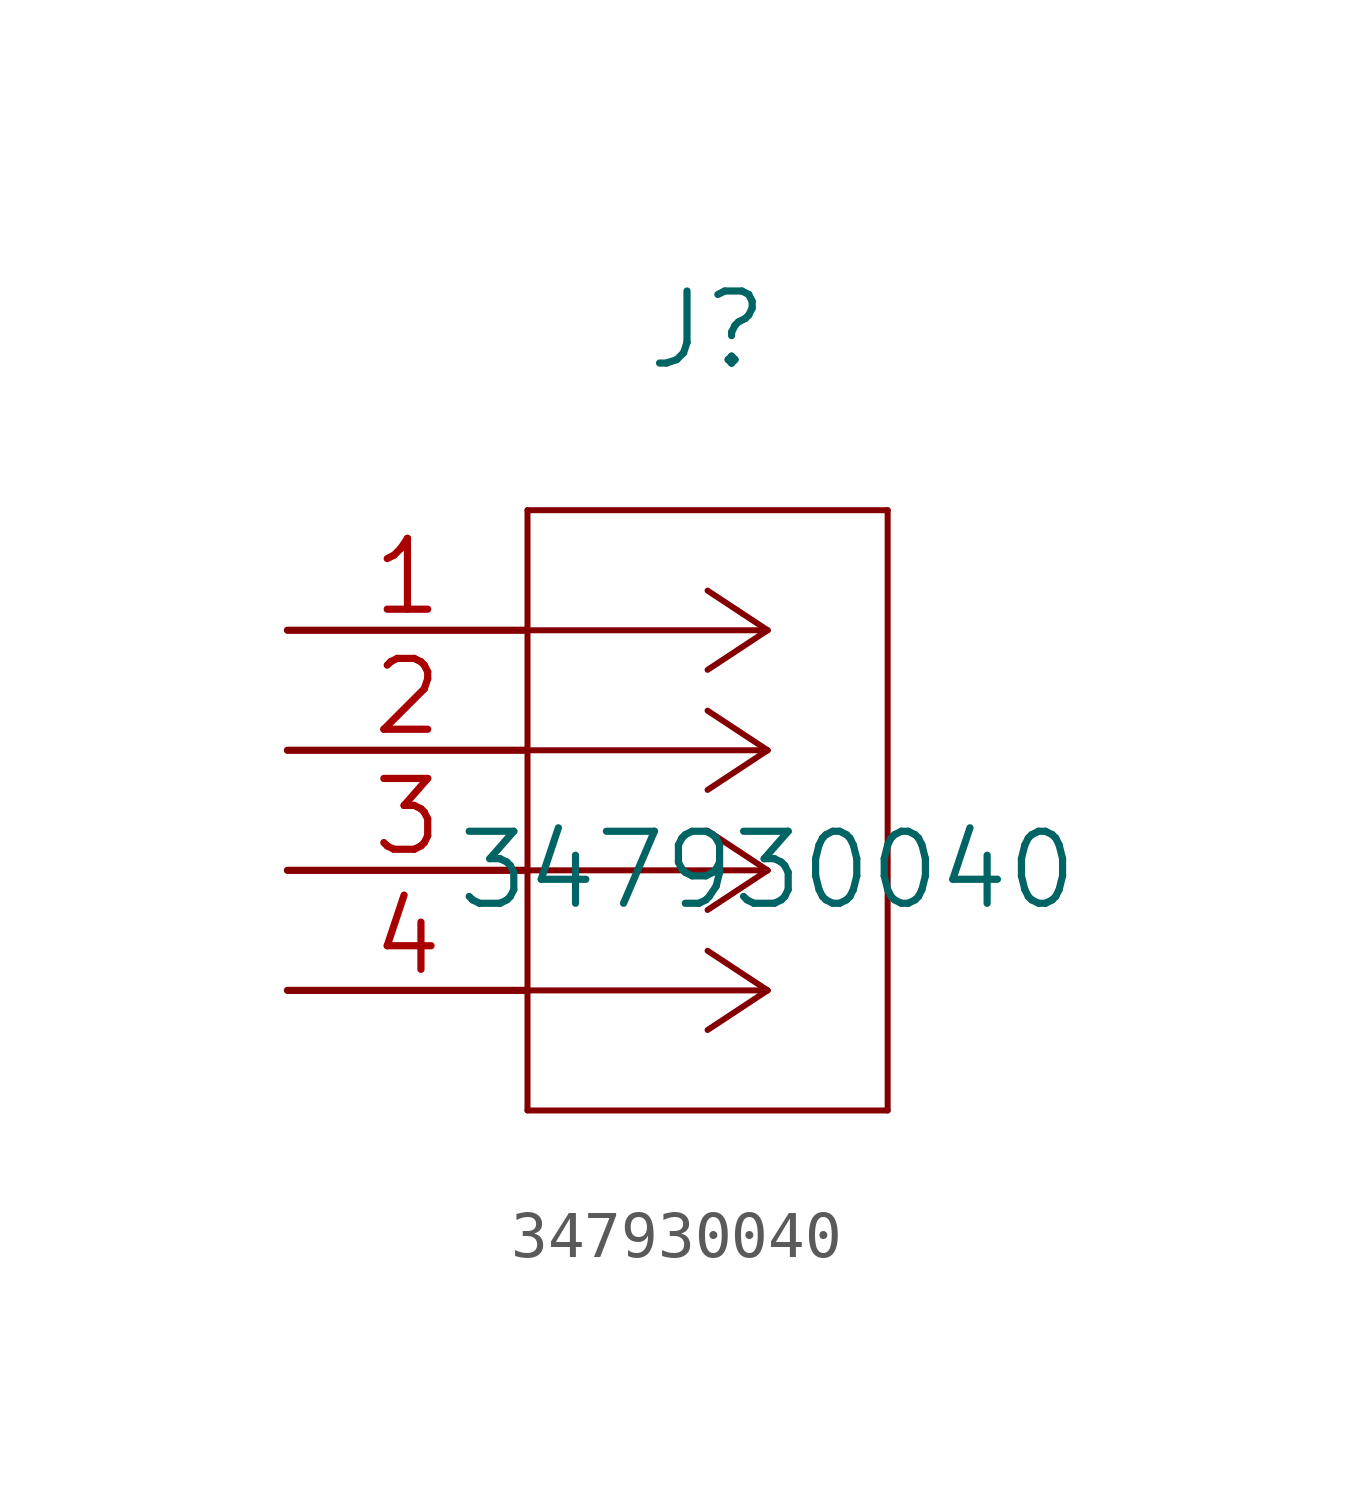
<source format=kicad_sym>
(kicad_symbol_lib
  (version 20211014)
  (generator kicad_symbol_editor)
  (symbol "347930040"
    (pin_names
      (offset 0.254) hide)
    (property "Reference" "J"
      (at 8.89 6.35 0)
      (effects (font (size 1.524 1.524))))
    (property "Value" "347930040"
      (at 10.16 -5.08 0)
      (effects (font (size 1.524 1.524))))
    (property "Datasheet" ""
      (at 0 0 0)
      (effects (font (size 1.524 1.524))))
    (property "ki_locked" ""
      (at 0 0 0)
      (effects (font (size 1.27 1.27))))
    (symbol "347930040_1_1"
      (polyline (pts (xy 5.08 -10.16) (xy 12.7 -10.16)) (stroke (width 0.127) (type default) (color 0 0 0 0)) (fill (type none)))
      (polyline (pts (xy 5.08 2.54) (xy 5.08 -10.16)) (stroke (width 0.127) (type default) (color 0 0 0 0)) (fill (type none)))
      (polyline (pts (xy 10.16 -7.62) (xy 5.08 -7.62)) (stroke (width 0.127) (type default) (color 0 0 0 0)) (fill (type none)))
      (polyline (pts (xy 10.16 -7.62) (xy 8.89 -8.458)) (stroke (width 0.127) (type default) (color 0 0 0 0)) (fill (type none)))
      (polyline (pts (xy 10.16 -7.62) (xy 8.89 -6.782)) (stroke (width 0.127) (type default) (color 0 0 0 0)) (fill (type none)))
      (polyline (pts (xy 10.16 -5.08) (xy 5.08 -5.08)) (stroke (width 0.127) (type default) (color 0 0 0 0)) (fill (type none)))
      (polyline (pts (xy 10.16 -5.08) (xy 8.89 -5.918)) (stroke (width 0.127) (type default) (color 0 0 0 0)) (fill (type none)))
      (polyline (pts (xy 10.16 -5.08) (xy 8.89 -4.242)) (stroke (width 0.127) (type default) (color 0 0 0 0)) (fill (type none)))
      (polyline (pts (xy 10.16 -2.54) (xy 5.08 -2.54)) (stroke (width 0.127) (type default) (color 0 0 0 0)) (fill (type none)))
      (polyline (pts (xy 10.16 -2.54) (xy 8.89 -3.378)) (stroke (width 0.127) (type default) (color 0 0 0 0)) (fill (type none)))
      (polyline (pts (xy 10.16 -2.54) (xy 8.89 -1.702)) (stroke (width 0.127) (type default) (color 0 0 0 0)) (fill (type none)))
      (polyline (pts (xy 10.16 0) (xy 5.08 0)) (stroke (width 0.127) (type default) (color 0 0 0 0)) (fill (type none)))
      (polyline (pts (xy 10.16 0) (xy 8.89 -0.838)) (stroke (width 0.127) (type default) (color 0 0 0 0)) (fill (type none)))
      (polyline (pts (xy 10.16 0) (xy 8.89 0.838)) (stroke (width 0.127) (type default) (color 0 0 0 0)) (fill (type none)))
      (polyline (pts (xy 12.7 -10.16) (xy 12.7 2.54)) (stroke (width 0.127) (type default) (color 0 0 0 0)) (fill (type none)))
      (polyline (pts (xy 12.7 2.54) (xy 5.08 2.54)) (stroke (width 0.127) (type default) (color 0 0 0 0)) (fill (type none)))
      (pin unspecified line (at 0 0 0) (length 5.08) (name "1" (effects (font (size 1.499 1.499)))) (number "1" (effects (font (size 1.499 1.499)))))
      (pin unspecified line (at 0 -2.54 0) (length 5.08) (name "2" (effects (font (size 1.499 1.499)))) (number "2" (effects (font (size 1.499 1.499)))))
      (pin unspecified line (at 0 -5.08 0) (length 5.08) (name "3" (effects (font (size 1.499 1.499)))) (number "3" (effects (font (size 1.499 1.499)))))
      (pin unspecified line (at 0 -7.62 0) (length 5.08) (name "4" (effects (font (size 1.499 1.499)))) (number "4" (effects (font (size 1.499 1.499))))))))
</source>
